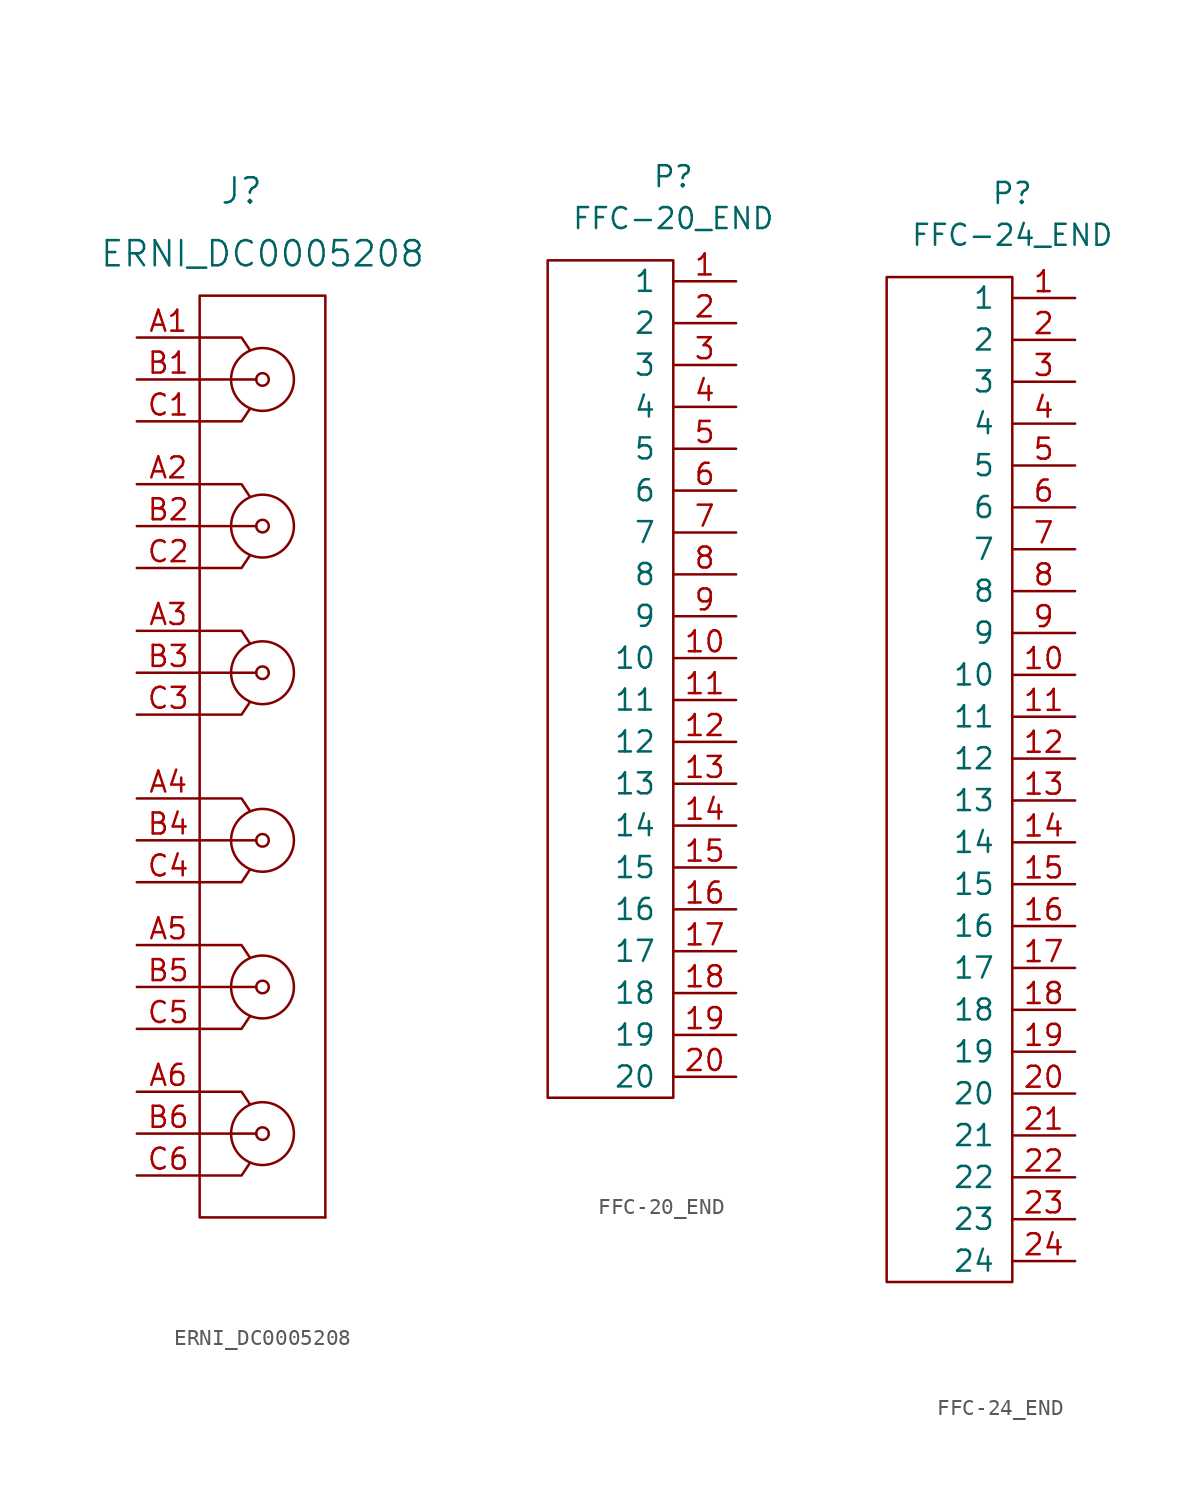
<source format=kicad_sym>
(kicad_symbol_lib
  (version 20231120)
  (generator "kicad_symbol_editor")
  (generator_version "8.0")
  (symbol "ERNI_DC0005208"
    (pin_names
      (offset 1.016) hide)
    (property "Reference" "J"
      (at -1.27 34.29 0)
      (effects (font (size 1.524 1.524))))
    (property "Value" "ERNI_DC0005208"
      (at 0 30.48 0)
      (effects (font (size 1.524 1.524))))
    (property "Footprint" ""
      (at 1.27 0 0)
      (effects (font (size 1.524 1.524))))
    (property "Datasheet" ""
      (at 1.27 0 0)
      (effects (font (size 1.524 1.524))))
    (symbol "ERNI_DC0005208_0_1"
      (rectangle (start -3.81 27.94) (end 3.81 -27.94) (stroke (width 0) (type default)) (fill (type none)))
      (circle (center 0 -22.86) (radius 0.381) (stroke (width 0) (type default)) (fill (type none)))
      (circle (center 0 -22.86) (radius 1.905) (stroke (width 0) (type default)) (fill (type none)))
      (circle (center 0 -13.97) (radius 0.381) (stroke (width 0) (type default)) (fill (type none)))
      (circle (center 0 -13.97) (radius 1.905) (stroke (width 0) (type default)) (fill (type none)))
      (circle (center 0 -5.08) (radius 0.381) (stroke (width 0) (type default)) (fill (type none)))
      (circle (center 0 -5.08) (radius 1.905) (stroke (width 0) (type default)) (fill (type none)))
      (polyline (pts (xy -3.81 -22.86) (xy -0.381 -22.86)) (stroke (width 0) (type default)) (fill (type none)))
      (polyline (pts (xy -3.81 -13.97) (xy -0.381 -13.97)) (stroke (width 0) (type default)) (fill (type none)))
      (polyline (pts (xy -3.81 -5.08) (xy -0.381 -5.08)) (stroke (width 0) (type default)) (fill (type none)))
      (polyline (pts (xy -3.81 5.08) (xy -0.381 5.08)) (stroke (width 0) (type default)) (fill (type none)))
      (polyline (pts (xy -3.81 13.97) (xy -0.381 13.97)) (stroke (width 0) (type default)) (fill (type none)))
      (polyline (pts (xy -3.81 22.86) (xy -0.381 22.86)) (stroke (width 0) (type default)) (fill (type none)))
      (polyline (pts (xy -3.81 -25.4) (xy -1.27 -25.4) (xy -0.762 -24.638)) (stroke (width 0) (type default)) (fill (type none)))
      (polyline (pts (xy -3.81 -20.32) (xy -1.27 -20.32) (xy -0.762 -21.082)) (stroke (width 0) (type default)) (fill (type none)))
      (polyline (pts (xy -3.81 -16.51) (xy -1.27 -16.51) (xy -0.762 -15.748)) (stroke (width 0) (type default)) (fill (type none)))
      (polyline (pts (xy -3.81 -11.43) (xy -1.27 -11.43) (xy -0.762 -12.192)) (stroke (width 0) (type default)) (fill (type none)))
      (polyline (pts (xy -3.81 -7.62) (xy -1.27 -7.62) (xy -0.762 -6.858)) (stroke (width 0) (type default)) (fill (type none)))
      (polyline (pts (xy -3.81 -2.54) (xy -1.27 -2.54) (xy -0.762 -3.302)) (stroke (width 0) (type default)) (fill (type none)))
      (polyline (pts (xy -3.81 2.54) (xy -1.27 2.54) (xy -0.762 3.302)) (stroke (width 0) (type default)) (fill (type none)))
      (polyline (pts (xy -3.81 7.62) (xy -1.27 7.62) (xy -0.762 6.858)) (stroke (width 0) (type default)) (fill (type none)))
      (polyline (pts (xy -3.81 11.43) (xy -1.27 11.43) (xy -0.762 12.192)) (stroke (width 0) (type default)) (fill (type none)))
      (polyline (pts (xy -3.81 16.51) (xy -1.27 16.51) (xy -0.762 15.748)) (stroke (width 0) (type default)) (fill (type none)))
      (polyline (pts (xy -3.81 20.32) (xy -1.27 20.32) (xy -0.762 21.082)) (stroke (width 0) (type default)) (fill (type none)))
      (polyline (pts (xy -3.81 25.4) (xy -1.27 25.4) (xy -0.762 24.638)) (stroke (width 0) (type default)) (fill (type none)))
      (circle (center 0 5.08) (radius 0.381) (stroke (width 0) (type default)) (fill (type none)))
      (circle (center 0 5.08) (radius 1.905) (stroke (width 0) (type default)) (fill (type none)))
      (circle (center 0 13.97) (radius 0.381) (stroke (width 0) (type default)) (fill (type none)))
      (circle (center 0 13.97) (radius 1.905) (stroke (width 0) (type default)) (fill (type none)))
      (circle (center 0 22.86) (radius 0.381) (stroke (width 0) (type default)) (fill (type none)))
      (circle (center 0 22.86) (radius 1.905) (stroke (width 0) (type default)) (fill (type none)))
      (rectangle (start 3.81 -27.94) (end 3.81 -27.94) (stroke (width 0) (type default)) (fill (type none))))
    (symbol "ERNI_DC0005208_1_1"
      (pin input line (at -7.62 25.4 0) (length 3.81) (name "A1" (effects (font (size 1.27 1.27)))) (number "A1" (effects (font (size 1.27 1.27)))))
      (pin input line (at -7.62 16.51 0) (length 3.81) (name "A2" (effects (font (size 1.27 1.27)))) (number "A2" (effects (font (size 1.27 1.27)))))
      (pin input line (at -7.62 7.62 0) (length 3.81) (name "A3" (effects (font (size 1.27 1.27)))) (number "A3" (effects (font (size 1.27 1.27)))))
      (pin input line (at -7.62 -2.54 0) (length 3.81) (name "A4" (effects (font (size 1.27 1.27)))) (number "A4" (effects (font (size 1.27 1.27)))))
      (pin input line (at -7.62 -11.43 0) (length 3.81) (name "A5" (effects (font (size 1.27 1.27)))) (number "A5" (effects (font (size 1.27 1.27)))))
      (pin input line (at -7.62 -20.32 0) (length 3.81) (name "A6" (effects (font (size 1.27 1.27)))) (number "A6" (effects (font (size 1.27 1.27)))))
      (pin input line (at -7.62 22.86 0) (length 3.81) (name "B1" (effects (font (size 1.27 1.27)))) (number "B1" (effects (font (size 1.27 1.27)))))
      (pin input line (at -7.62 13.97 0) (length 3.81) (name "B2" (effects (font (size 1.27 1.27)))) (number "B2" (effects (font (size 1.27 1.27)))))
      (pin input line (at -7.62 5.08 0) (length 3.81) (name "B3" (effects (font (size 1.27 1.27)))) (number "B3" (effects (font (size 1.27 1.27)))))
      (pin input line (at -7.62 -5.08 0) (length 3.81) (name "B4" (effects (font (size 1.27 1.27)))) (number "B4" (effects (font (size 1.27 1.27)))))
      (pin input line (at -7.62 -13.97 0) (length 3.81) (name "B5" (effects (font (size 1.27 1.27)))) (number "B5" (effects (font (size 1.27 1.27)))))
      (pin input line (at -7.62 -22.86 0) (length 3.81) (name "B6" (effects (font (size 1.27 1.27)))) (number "B6" (effects (font (size 1.27 1.27)))))
      (pin input line (at -7.62 20.32 0) (length 3.81) (name "C1" (effects (font (size 1.27 1.27)))) (number "C1" (effects (font (size 1.27 1.27)))))
      (pin input line (at -7.62 11.43 0) (length 3.81) (name "C2" (effects (font (size 1.27 1.27)))) (number "C2" (effects (font (size 1.27 1.27)))))
      (pin input line (at -7.62 2.54 0) (length 3.81) (name "C3" (effects (font (size 1.27 1.27)))) (number "C3" (effects (font (size 1.27 1.27)))))
      (pin input line (at -7.62 -7.62 0) (length 3.81) (name "C4" (effects (font (size 1.27 1.27)))) (number "C4" (effects (font (size 1.27 1.27)))))
      (pin input line (at -7.62 -16.51 0) (length 3.81) (name "C5" (effects (font (size 1.27 1.27)))) (number "C5" (effects (font (size 1.27 1.27)))))
      (pin input line (at -7.62 -25.4 0) (length 3.81) (name "C6" (effects (font (size 1.27 1.27)))) (number "C6" (effects (font (size 1.27 1.27)))))))
  (symbol "FFC-20_END"
    (pin_names
      (offset 1.016))
    (property "Reference" "P"
      (at 0 30.48 0)
      (effects (font (size 1.27 1.27))))
    (property "Value" "FFC-20_END"
      (at 0 27.94 0)
      (effects (font (size 1.27 1.27))))
    (symbol "FFC-20_END_0_1"
      (rectangle (start 0 25.4) (end -7.62 -25.4) (stroke (width 0) (type default)) (fill (type none))))
    (symbol "FFC-20_END_1_1"
      (pin passive line (at 3.81 24.13 180) (length 3.81) (name "1" (effects (font (size 1.27 1.27)))) (number "1" (effects (font (size 1.27 1.27)))))
      (pin passive line (at 3.81 1.27 180) (length 3.81) (name "10" (effects (font (size 1.27 1.27)))) (number "10" (effects (font (size 1.27 1.27)))))
      (pin passive line (at 3.81 -1.27 180) (length 3.81) (name "11" (effects (font (size 1.27 1.27)))) (number "11" (effects (font (size 1.27 1.27)))))
      (pin passive line (at 3.81 -3.81 180) (length 3.81) (name "12" (effects (font (size 1.27 1.27)))) (number "12" (effects (font (size 1.27 1.27)))))
      (pin passive line (at 3.81 -6.35 180) (length 3.81) (name "13" (effects (font (size 1.27 1.27)))) (number "13" (effects (font (size 1.27 1.27)))))
      (pin passive line (at 3.81 -8.89 180) (length 3.81) (name "14" (effects (font (size 1.27 1.27)))) (number "14" (effects (font (size 1.27 1.27)))))
      (pin passive line (at 3.81 -11.43 180) (length 3.81) (name "15" (effects (font (size 1.27 1.27)))) (number "15" (effects (font (size 1.27 1.27)))))
      (pin passive line (at 3.81 -13.97 180) (length 3.81) (name "16" (effects (font (size 1.27 1.27)))) (number "16" (effects (font (size 1.27 1.27)))))
      (pin passive line (at 3.81 -16.51 180) (length 3.81) (name "17" (effects (font (size 1.27 1.27)))) (number "17" (effects (font (size 1.27 1.27)))))
      (pin passive line (at 3.81 -19.05 180) (length 3.81) (name "18" (effects (font (size 1.27 1.27)))) (number "18" (effects (font (size 1.27 1.27)))))
      (pin passive line (at 3.81 -21.59 180) (length 3.81) (name "19" (effects (font (size 1.27 1.27)))) (number "19" (effects (font (size 1.27 1.27)))))
      (pin passive line (at 3.81 21.59 180) (length 3.81) (name "2" (effects (font (size 1.27 1.27)))) (number "2" (effects (font (size 1.27 1.27)))))
      (pin passive line (at 3.81 -24.13 180) (length 3.81) (name "20" (effects (font (size 1.27 1.27)))) (number "20" (effects (font (size 1.27 1.27)))))
      (pin passive line (at 3.81 19.05 180) (length 3.81) (name "3" (effects (font (size 1.27 1.27)))) (number "3" (effects (font (size 1.27 1.27)))))
      (pin passive line (at 3.81 16.51 180) (length 3.81) (name "4" (effects (font (size 1.27 1.27)))) (number "4" (effects (font (size 1.27 1.27)))))
      (pin passive line (at 3.81 13.97 180) (length 3.81) (name "5" (effects (font (size 1.27 1.27)))) (number "5" (effects (font (size 1.27 1.27)))))
      (pin passive line (at 3.81 11.43 180) (length 3.81) (name "6" (effects (font (size 1.27 1.27)))) (number "6" (effects (font (size 1.27 1.27)))))
      (pin passive line (at 3.81 8.89 180) (length 3.81) (name "7" (effects (font (size 1.27 1.27)))) (number "7" (effects (font (size 1.27 1.27)))))
      (pin passive line (at 3.81 6.35 180) (length 3.81) (name "8" (effects (font (size 1.27 1.27)))) (number "8" (effects (font (size 1.27 1.27)))))
      (pin passive line (at 3.81 3.81 180) (length 3.81) (name "9" (effects (font (size 1.27 1.27)))) (number "9" (effects (font (size 1.27 1.27)))))))
  (symbol "FFC-24_END"
    (pin_names
      (offset 1.016))
    (property "Reference" "P"
      (at 0 35.56 0)
      (effects (font (size 1.27 1.27))))
    (property "Value" "FFC-24_END"
      (at 0 33.02 0)
      (effects (font (size 1.27 1.27))))
    (symbol "FFC-24_END_0_1"
      (rectangle (start 0 30.48) (end -7.62 -30.48) (stroke (width 0) (type default)) (fill (type none))))
    (symbol "FFC-24_END_1_1"
      (pin passive line (at 3.81 29.21 180) (length 3.81) (name "1" (effects (font (size 1.27 1.27)))) (number "1" (effects (font (size 1.27 1.27)))))
      (pin passive line (at 3.81 6.35 180) (length 3.81) (name "10" (effects (font (size 1.27 1.27)))) (number "10" (effects (font (size 1.27 1.27)))))
      (pin passive line (at 3.81 3.81 180) (length 3.81) (name "11" (effects (font (size 1.27 1.27)))) (number "11" (effects (font (size 1.27 1.27)))))
      (pin passive line (at 3.81 1.27 180) (length 3.81) (name "12" (effects (font (size 1.27 1.27)))) (number "12" (effects (font (size 1.27 1.27)))))
      (pin passive line (at 3.81 -1.27 180) (length 3.81) (name "13" (effects (font (size 1.27 1.27)))) (number "13" (effects (font (size 1.27 1.27)))))
      (pin passive line (at 3.81 -3.81 180) (length 3.81) (name "14" (effects (font (size 1.27 1.27)))) (number "14" (effects (font (size 1.27 1.27)))))
      (pin passive line (at 3.81 -6.35 180) (length 3.81) (name "15" (effects (font (size 1.27 1.27)))) (number "15" (effects (font (size 1.27 1.27)))))
      (pin passive line (at 3.81 -8.89 180) (length 3.81) (name "16" (effects (font (size 1.27 1.27)))) (number "16" (effects (font (size 1.27 1.27)))))
      (pin passive line (at 3.81 -11.43 180) (length 3.81) (name "17" (effects (font (size 1.27 1.27)))) (number "17" (effects (font (size 1.27 1.27)))))
      (pin passive line (at 3.81 -13.97 180) (length 3.81) (name "18" (effects (font (size 1.27 1.27)))) (number "18" (effects (font (size 1.27 1.27)))))
      (pin passive line (at 3.81 -16.51 180) (length 3.81) (name "19" (effects (font (size 1.27 1.27)))) (number "19" (effects (font (size 1.27 1.27)))))
      (pin passive line (at 3.81 26.67 180) (length 3.81) (name "2" (effects (font (size 1.27 1.27)))) (number "2" (effects (font (size 1.27 1.27)))))
      (pin passive line (at 3.81 -19.05 180) (length 3.81) (name "20" (effects (font (size 1.27 1.27)))) (number "20" (effects (font (size 1.27 1.27)))))
      (pin passive line (at 3.81 -21.59 180) (length 3.81) (name "21" (effects (font (size 1.27 1.27)))) (number "21" (effects (font (size 1.27 1.27)))))
      (pin passive line (at 3.81 -24.13 180) (length 3.81) (name "22" (effects (font (size 1.27 1.27)))) (number "22" (effects (font (size 1.27 1.27)))))
      (pin passive line (at 3.81 -26.67 180) (length 3.81) (name "23" (effects (font (size 1.27 1.27)))) (number "23" (effects (font (size 1.27 1.27)))))
      (pin passive line (at 3.81 -29.21 180) (length 3.81) (name "24" (effects (font (size 1.27 1.27)))) (number "24" (effects (font (size 1.27 1.27)))))
      (pin passive line (at 3.81 24.13 180) (length 3.81) (name "3" (effects (font (size 1.27 1.27)))) (number "3" (effects (font (size 1.27 1.27)))))
      (pin passive line (at 3.81 21.59 180) (length 3.81) (name "4" (effects (font (size 1.27 1.27)))) (number "4" (effects (font (size 1.27 1.27)))))
      (pin passive line (at 3.81 19.05 180) (length 3.81) (name "5" (effects (font (size 1.27 1.27)))) (number "5" (effects (font (size 1.27 1.27)))))
      (pin passive line (at 3.81 16.51 180) (length 3.81) (name "6" (effects (font (size 1.27 1.27)))) (number "6" (effects (font (size 1.27 1.27)))))
      (pin passive line (at 3.81 13.97 180) (length 3.81) (name "7" (effects (font (size 1.27 1.27)))) (number "7" (effects (font (size 1.27 1.27)))))
      (pin passive line (at 3.81 11.43 180) (length 3.81) (name "8" (effects (font (size 1.27 1.27)))) (number "8" (effects (font (size 1.27 1.27)))))
      (pin passive line (at 3.81 8.89 180) (length 3.81) (name "9" (effects (font (size 1.27 1.27)))) (number "9" (effects (font (size 1.27 1.27))))))))
</source>
